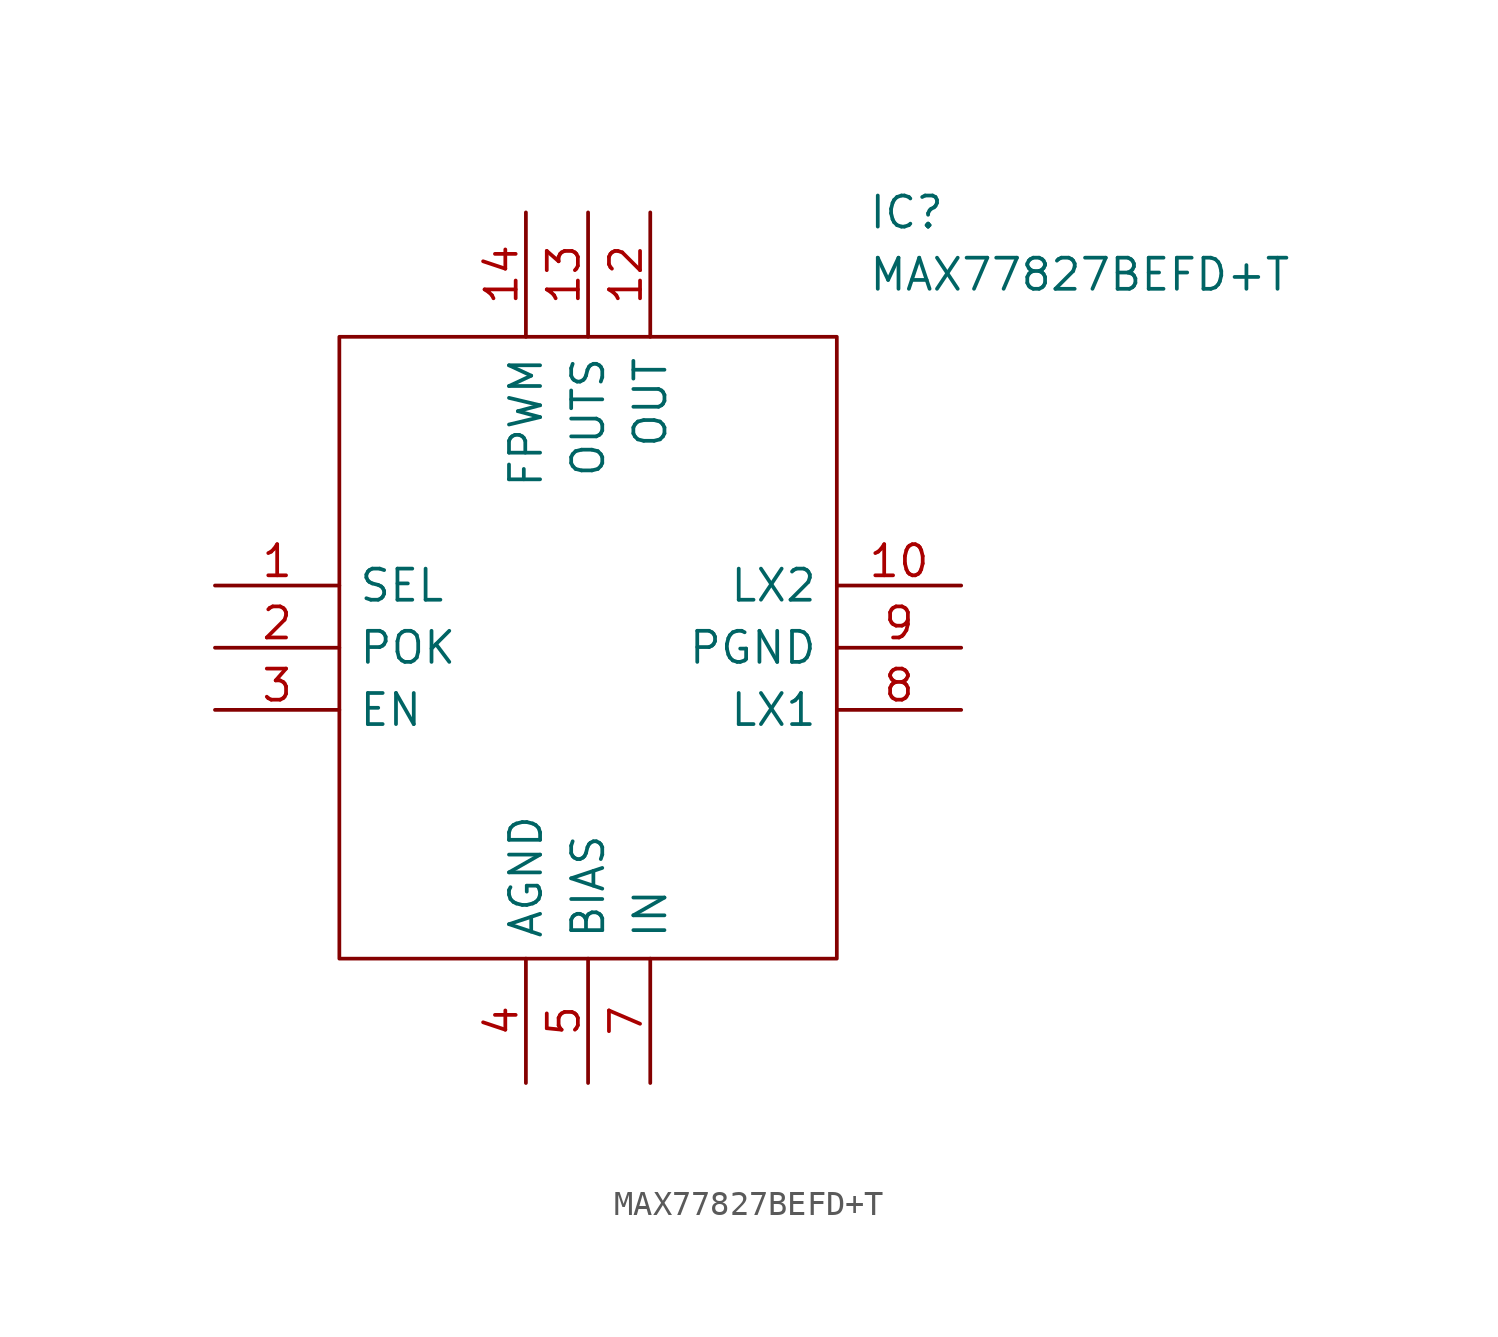
<source format=kicad_sym>
(kicad_symbol_lib
  (version 20211014)
  (generator kicad_symbol_editor)
  (symbol "MAX77827BEFD+T"
    (pin_names
      (offset 0.762))
    (property "Reference" "IC"
      (at 26.67 15.24 0)
      (effects (font (size 1.27 1.27)) (justify left)))
    (property "Value" "MAX77827BEFD+T"
      (at 26.67 12.7 0)
      (effects (font (size 1.27 1.27)) (justify left)))
    (symbol "MAX77827BEFD+T_0_0"
      (pin passive line (at 0 0 0) (length 5.08) (name "SEL" (effects (font (size 1.27 1.27)))) (number "1" (effects (font (size 1.27 1.27)))))
      (pin passive line (at 30.48 0 180) (length 5.08) (name "LX2" (effects (font (size 1.27 1.27)))) (number "10" (effects (font (size 1.27 1.27)))))
      (pin passive line (at 17.78 15.24 270) (length 5.08) (name "OUT" (effects (font (size 1.27 1.27)))) (number "12" (effects (font (size 1.27 1.27)))))
      (pin passive line (at 15.24 15.24 270) (length 5.08) (name "OUTS" (effects (font (size 1.27 1.27)))) (number "13" (effects (font (size 1.27 1.27)))))
      (pin passive line (at 12.7 15.24 270) (length 5.08) (name "FPWM" (effects (font (size 1.27 1.27)))) (number "14" (effects (font (size 1.27 1.27)))))
      (pin passive line (at 0 -2.54 0) (length 5.08) (name "POK" (effects (font (size 1.27 1.27)))) (number "2" (effects (font (size 1.27 1.27)))))
      (pin passive line (at 0 -5.08 0) (length 5.08) (name "EN" (effects (font (size 1.27 1.27)))) (number "3" (effects (font (size 1.27 1.27)))))
      (pin passive line (at 12.7 -20.32 90) (length 5.08) (name "AGND" (effects (font (size 1.27 1.27)))) (number "4" (effects (font (size 1.27 1.27)))))
      (pin passive line (at 15.24 -20.32 90) (length 5.08) (name "BIAS" (effects (font (size 1.27 1.27)))) (number "5" (effects (font (size 1.27 1.27)))))
      (pin passive line (at 17.78 -20.32 90) (length 5.08) (name "IN" (effects (font (size 1.27 1.27)))) (number "7" (effects (font (size 1.27 1.27)))))
      (pin passive line (at 30.48 -5.08 180) (length 5.08) (name "LX1" (effects (font (size 1.27 1.27)))) (number "8" (effects (font (size 1.27 1.27)))))
      (pin passive line (at 30.48 -2.54 180) (length 5.08) (name "PGND" (effects (font (size 1.27 1.27)))) (number "9" (effects (font (size 1.27 1.27))))))
    (symbol "MAX77827BEFD+T_0_1"
      (polyline (pts (xy 5.08 10.16) (xy 25.4 10.16) (xy 25.4 -15.24) (xy 5.08 -15.24) (xy 5.08 10.16)) (stroke (width 0.152) (type default) (color 0 0 0 0)) (fill (type none))))))
</source>
